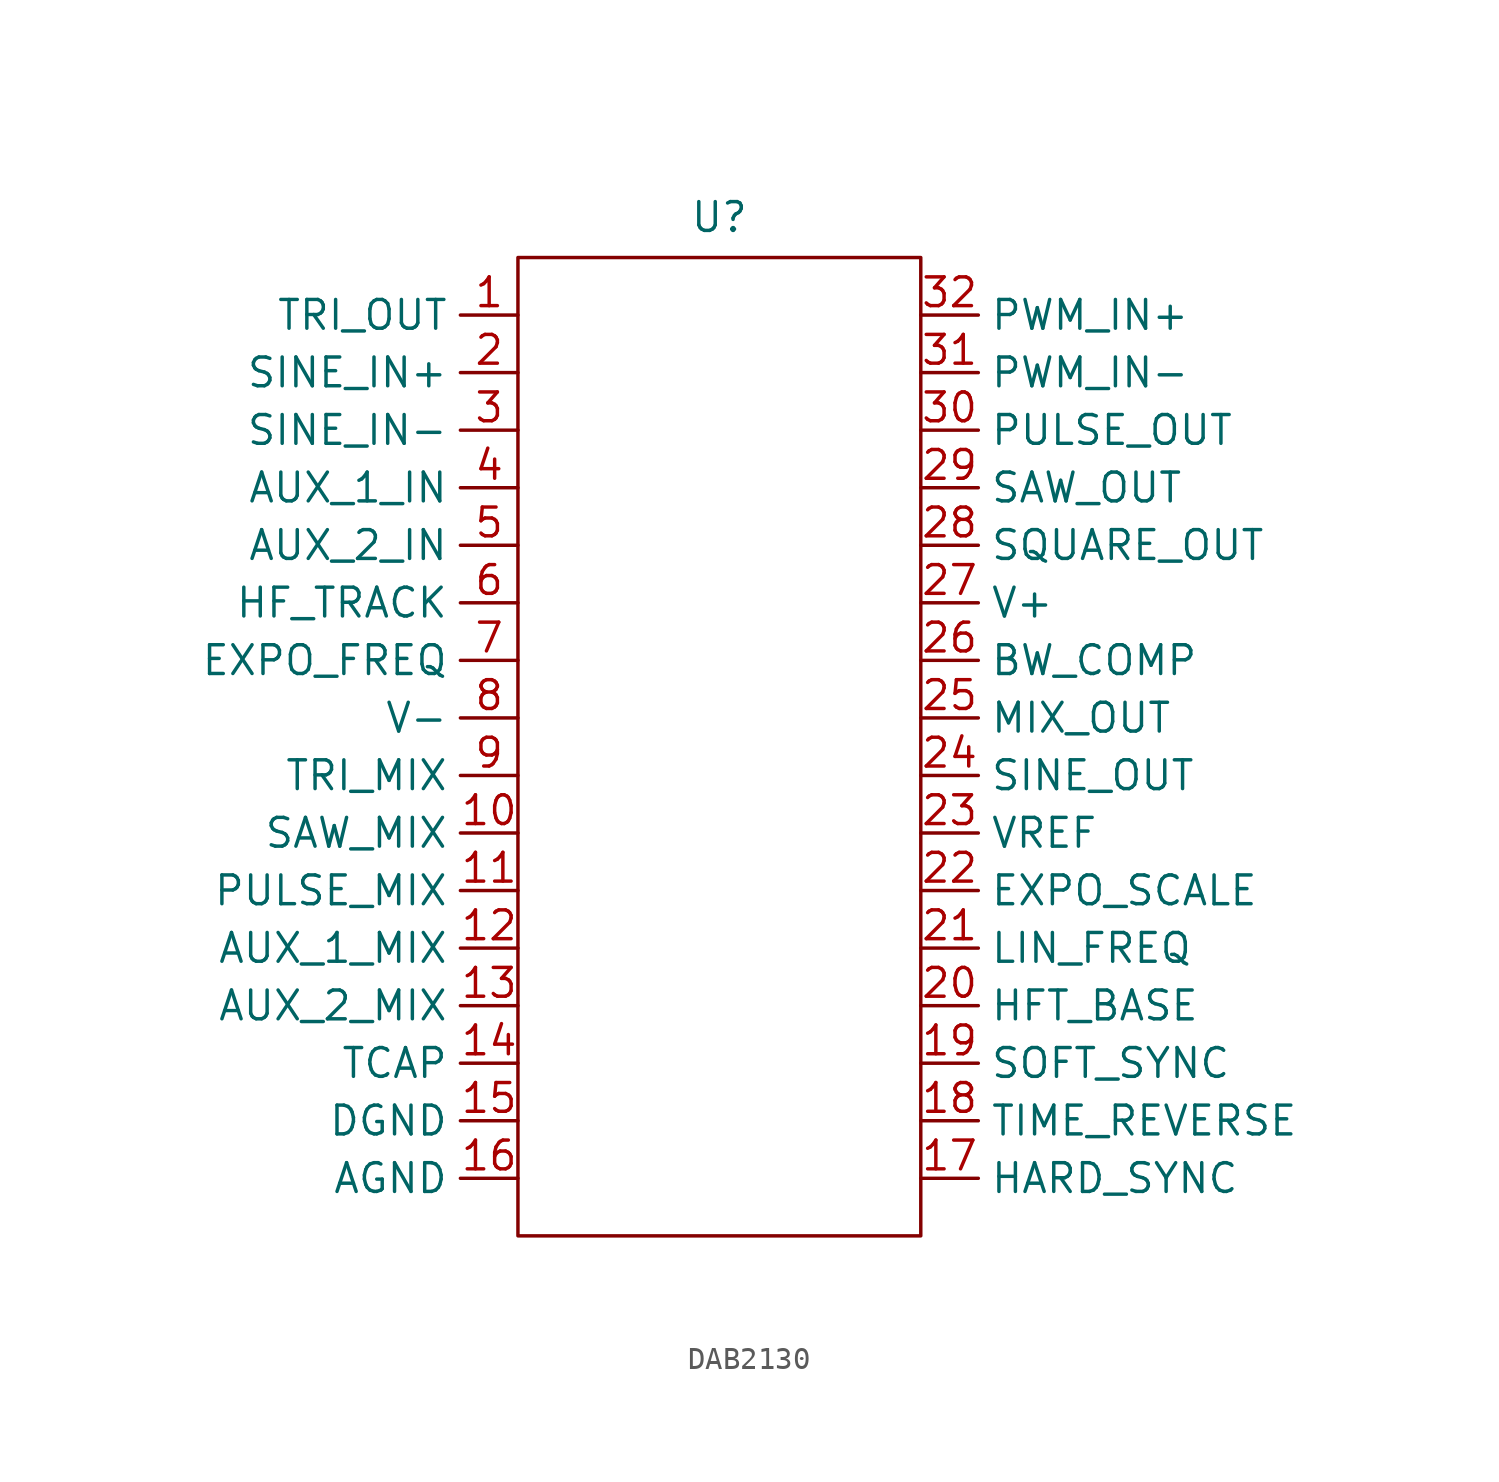
<source format=kicad_sym>
(kicad_symbol_lib
  (version 20241209)
  (generator "kicad_symbol_editor")
  (generator_version "9.0")
  (symbol "DAB2130"
    (property "Reference" "U"
      (at 0 4.318 0)
      (effects (font (size 1.27 1.27))))
    (property "Value" ""
      (at 0 0 0)
      (effects (font (size 1.27 1.27))))
    (symbol "DAB2130_0_1"
      (rectangle (start -8.89 2.54) (end 8.89 -40.64) (stroke (width 0) (type default)) (fill (type none))))
    (symbol "DAB2130_1_1"
      (pin output line (at -8.89 0 180) (length 2.54) (name "TRI_OUT" (effects (font (size 1.27 1.27)))) (number "1" (effects (font (size 1.27 1.27)))))
      (pin input line (at -8.89 -2.54 180) (length 2.54) (name "SINE_IN+" (effects (font (size 1.27 1.27)))) (number "2" (effects (font (size 1.27 1.27)))))
      (pin input line (at -8.89 -5.08 180) (length 2.54) (name "SINE_IN-" (effects (font (size 1.27 1.27)))) (number "3" (effects (font (size 1.27 1.27)))))
      (pin input line (at -8.89 -7.62 180) (length 2.54) (name "AUX_1_IN" (effects (font (size 1.27 1.27)))) (number "4" (effects (font (size 1.27 1.27)))))
      (pin input line (at -8.89 -10.16 180) (length 2.54) (name "AUX_2_IN" (effects (font (size 1.27 1.27)))) (number "5" (effects (font (size 1.27 1.27)))))
      (pin output line (at -8.89 -12.7 180) (length 2.54) (name "HF_TRACK" (effects (font (size 1.27 1.27)))) (number "6" (effects (font (size 1.27 1.27)))))
      (pin input line (at -8.89 -15.24 180) (length 2.54) (name "EXPO_FREQ" (effects (font (size 1.27 1.27)))) (number "7" (effects (font (size 1.27 1.27)))))
      (pin power_in line (at -8.89 -17.78 180) (length 2.54) (name "V-" (effects (font (size 1.27 1.27)))) (number "8" (effects (font (size 1.27 1.27)))))
      (pin input line (at -8.89 -20.32 180) (length 2.54) (name "TRI_MIX" (effects (font (size 1.27 1.27)))) (number "9" (effects (font (size 1.27 1.27)))))
      (pin input line (at -8.89 -22.86 180) (length 2.54) (name "SAW_MIX" (effects (font (size 1.27 1.27)))) (number "10" (effects (font (size 1.27 1.27)))))
      (pin input line (at -8.89 -25.4 180) (length 2.54) (name "PULSE_MIX" (effects (font (size 1.27 1.27)))) (number "11" (effects (font (size 1.27 1.27)))))
      (pin input line (at -8.89 -27.94 180) (length 2.54) (name "AUX_1_MIX" (effects (font (size 1.27 1.27)))) (number "12" (effects (font (size 1.27 1.27)))))
      (pin input line (at -8.89 -30.48 180) (length 2.54) (name "AUX_2_MIX" (effects (font (size 1.27 1.27)))) (number "13" (effects (font (size 1.27 1.27)))))
      (pin input line (at -8.89 -33.02 180) (length 2.54) (name "TCAP" (effects (font (size 1.27 1.27)))) (number "14" (effects (font (size 1.27 1.27)))))
      (pin power_in line (at -8.89 -35.56 180) (length 2.54) (name "DGND" (effects (font (size 1.27 1.27)))) (number "15" (effects (font (size 1.27 1.27)))))
      (pin power_in line (at -8.89 -38.1 180) (length 2.54) (name "AGND" (effects (font (size 1.27 1.27)))) (number "16" (effects (font (size 1.27 1.27)))))
      (pin input line (at 8.89 0 0) (length 2.54) (name "PWM_IN+" (effects (font (size 1.27 1.27)))) (number "32" (effects (font (size 1.27 1.27)))))
      (pin input line (at 8.89 -2.54 0) (length 2.54) (name "PWM_IN-" (effects (font (size 1.27 1.27)))) (number "31" (effects (font (size 1.27 1.27)))))
      (pin output line (at 8.89 -5.08 0) (length 2.54) (name "PULSE_OUT" (effects (font (size 1.27 1.27)))) (number "30" (effects (font (size 1.27 1.27)))))
      (pin output line (at 8.89 -7.62 0) (length 2.54) (name "SAW_OUT" (effects (font (size 1.27 1.27)))) (number "29" (effects (font (size 1.27 1.27)))))
      (pin output line (at 8.89 -10.16 0) (length 2.54) (name "SQUARE_OUT" (effects (font (size 1.27 1.27)))) (number "28" (effects (font (size 1.27 1.27)))))
      (pin power_in line (at 8.89 -12.7 0) (length 2.54) (name "V+" (effects (font (size 1.27 1.27)))) (number "27" (effects (font (size 1.27 1.27)))))
      (pin passive line (at 8.89 -15.24 0) (length 2.54) (name "BW_COMP" (effects (font (size 1.27 1.27)))) (number "26" (effects (font (size 1.27 1.27)))))
      (pin output line (at 8.89 -17.78 0) (length 2.54) (name "MIX_OUT" (effects (font (size 1.27 1.27)))) (number "25" (effects (font (size 1.27 1.27)))))
      (pin output line (at 8.89 -20.32 0) (length 2.54) (name "SINE_OUT" (effects (font (size 1.27 1.27)))) (number "24" (effects (font (size 1.27 1.27)))))
      (pin power_in line (at 8.89 -22.86 0) (length 2.54) (name "VREF" (effects (font (size 1.27 1.27)))) (number "23" (effects (font (size 1.27 1.27)))))
      (pin input line (at 8.89 -25.4 0) (length 2.54) (name "EXPO_SCALE" (effects (font (size 1.27 1.27)))) (number "22" (effects (font (size 1.27 1.27)))))
      (pin input line (at 8.89 -27.94 0) (length 2.54) (name "LIN_FREQ" (effects (font (size 1.27 1.27)))) (number "21" (effects (font (size 1.27 1.27)))))
      (pin passive line (at 8.89 -30.48 0) (length 2.54) (name "HFT_BASE" (effects (font (size 1.27 1.27)))) (number "20" (effects (font (size 1.27 1.27)))))
      (pin input line (at 8.89 -33.02 0) (length 2.54) (name "SOFT_SYNC" (effects (font (size 1.27 1.27)))) (number "19" (effects (font (size 1.27 1.27)))))
      (pin input line (at 8.89 -35.56 0) (length 2.54) (name "TIME_REVERSE" (effects (font (size 1.27 1.27)))) (number "18" (effects (font (size 1.27 1.27)))))
      (pin input line (at 8.89 -38.1 0) (length 2.54) (name "HARD_SYNC" (effects (font (size 1.27 1.27)))) (number "17" (effects (font (size 1.27 1.27))))))))
</source>
